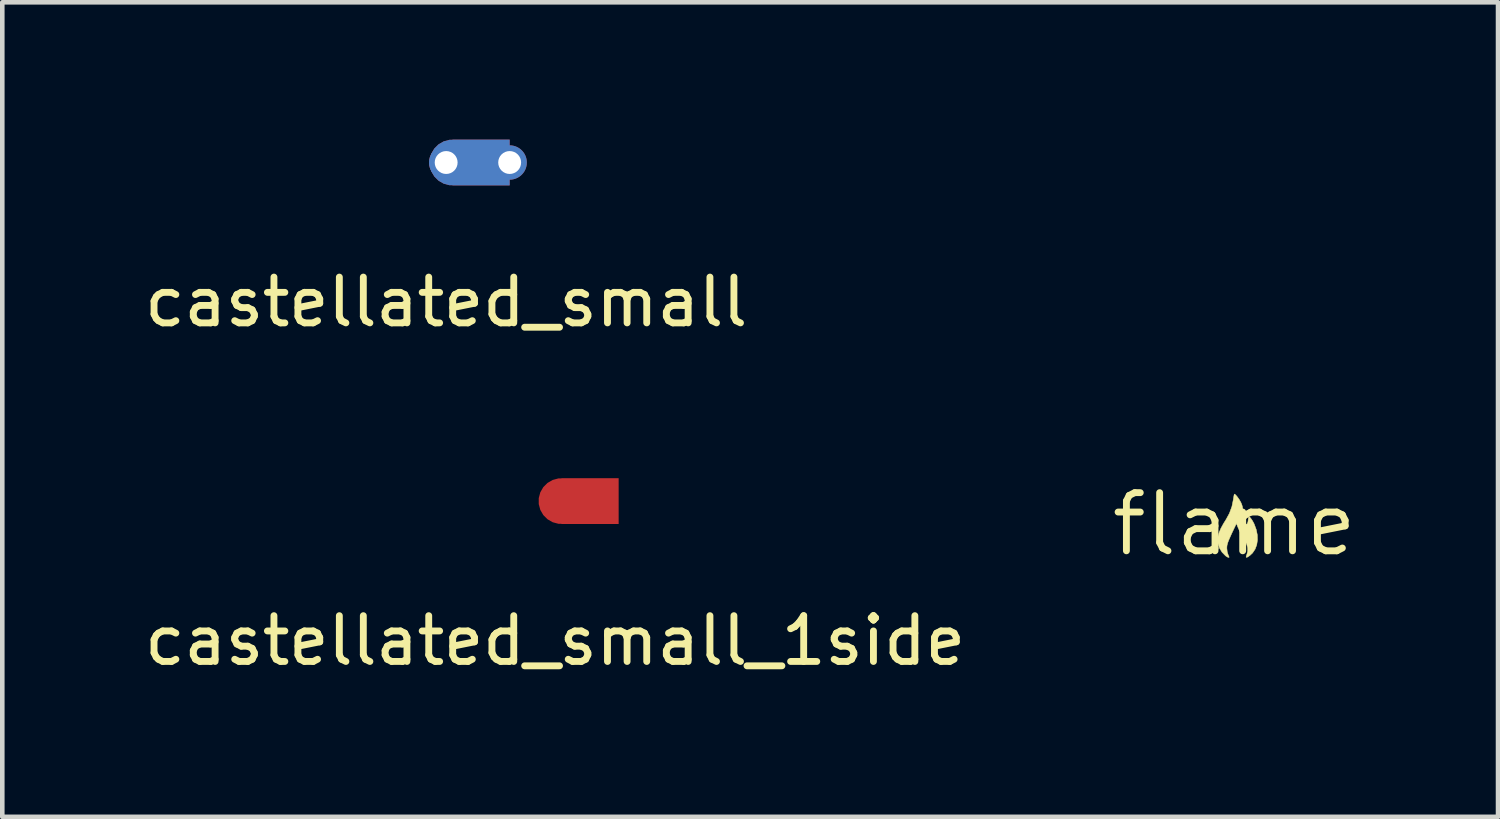
<source format=kicad_pcb>
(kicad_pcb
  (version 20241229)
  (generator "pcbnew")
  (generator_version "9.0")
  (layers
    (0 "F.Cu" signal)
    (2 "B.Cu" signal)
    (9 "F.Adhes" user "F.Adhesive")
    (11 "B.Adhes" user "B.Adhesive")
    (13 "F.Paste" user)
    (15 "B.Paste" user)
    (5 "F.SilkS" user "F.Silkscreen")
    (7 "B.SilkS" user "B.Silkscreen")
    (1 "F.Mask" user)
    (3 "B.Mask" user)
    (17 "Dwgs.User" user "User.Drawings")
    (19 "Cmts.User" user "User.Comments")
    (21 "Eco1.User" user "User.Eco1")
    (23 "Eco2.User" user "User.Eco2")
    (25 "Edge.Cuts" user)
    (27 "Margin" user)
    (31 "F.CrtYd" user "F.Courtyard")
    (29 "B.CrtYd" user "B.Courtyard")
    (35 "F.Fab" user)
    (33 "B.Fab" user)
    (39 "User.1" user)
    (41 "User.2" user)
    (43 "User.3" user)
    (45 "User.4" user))
  (footprint "flame"
    (layer "F.Cu")
    (at 23.914 8.402)
    (property "Reference" "flame" (at 0 0 0) (layer "F.SilkS") (effects (font (size 1.27 1.27) (thickness 0.15))))
    (attr through_hole)
    (fp_poly (pts (xy 0.018 -0.65) (xy 0.044 -0.623) (xy 0.074 -0.585) (xy 0.105 -0.541) (xy 0.131 -0.496) (xy 0.143 -0.474) (xy 0.162 -0.429) (xy 0.175 -0.384) (xy 0.184 -0.331) (xy 0.192 -0.262) (xy 0.193 -0.25) (xy 0.202 -0.159) (xy 0.212 -0.09) (xy 0.223 -0.043) (xy 0.236 -0.015) (xy 0.249 -0.004) (xy 0.271 -0.003) (xy 0.286 -0.021) (xy 0.297 -0.06) (xy 0.301 -0.093) (xy 0.307 -0.132) (xy 0.313 -0.158) (xy 0.318 -0.165) (xy 0.336 -0.155) (xy 0.36 -0.127) (xy 0.388 -0.087) (xy 0.415 -0.04) (xy 0.432 -0.006) (xy 0.477 0.115) (xy 0.501 0.233) (xy 0.504 0.345) (xy 0.488 0.45) (xy 0.452 0.545) (xy 0.397 0.627) (xy 0.337 0.683) (xy 0.294 0.713) (xy 0.267 0.724) (xy 0.256 0.717) (xy 0.261 0.69) (xy 0.273 0.656) (xy 0.291 0.589) (xy 0.29 0.516) (xy 0.269 0.436) (xy 0.228 0.346) (xy 0.183 0.269) (xy 0.148 0.21) (xy 0.114 0.147) (xy 0.087 0.089) (xy 0.08 0.072) (xy 0.045 -0.017) (xy -0.009 0.096) (xy -0.056 0.195) (xy -0.092 0.275) (xy -0.12 0.338) (xy -0.14 0.389) (xy -0.153 0.43) (xy -0.161 0.465) (xy -0.164 0.497) (xy -0.165 0.522) (xy -0.156 0.606) (xy -0.139 0.659) (xy -0.125 0.692) (xy -0.116 0.714) (xy -0.114 0.719) (xy -0.123 0.725) (xy -0.146 0.719) (xy -0.176 0.702) (xy -0.193 0.689) (xy -0.27 0.61) (xy -0.325 0.52) (xy -0.357 0.421) (xy -0.365 0.346) (xy -0.357 0.267) (xy -0.334 0.182) (xy -0.294 0.088) (xy -0.236 -0.018) (xy -0.185 -0.099) (xy -0.109 -0.238) (xy -0.054 -0.388) (xy -0.023 -0.541) (xy -0.015 -0.592) (xy -0.008 -0.633) (xy -0.002 -0.656) (xy 0.001 -0.66) (xy 0.018 -0.65)) (stroke (width 0.01) (type solid)) (fill yes) (layer "F.SilkS")))
  (footprint "castellated_small"
    (layer "F.Cu")
    (at 6.696 0.5)
    (property "Reference" "castellated_small" (at 0 3.048 0) (layer "F.SilkS") (effects (font (size 1 1) (thickness 0.15))))
    (attr through_hole)
    (pad "1" thru_hole circle (at 0 0) (size 0.75 0.75) (drill 0.5) (layers "*.Cu" "*.Mask"))
    (pad "1" smd custom (at 0.762 0) (size 1.25 1) (layers "F.Cu" "F.Mask" "F.Paste") (options (anchor rect)) (primitives (gr_circle (center -0.625 0) (end -0.125 0) (width 0) (fill yes))))
    (pad "1" smd custom (at 0.762 0) (size 1.25 1) (layers "F.Mask" "B.Cu" "F.Paste") (options (anchor rect)) (primitives (gr_circle (center -0.625 0) (end -0.125 0) (width 0) (fill yes))))
    (pad "1" thru_hole circle (at 1.387 0) (size 0.75 0.75) (drill 0.5) (layers "*.Cu" "*.Mask")))
  (footprint "castellated_small_1side"
    (layer "F.Cu")
    (at 9.077 7.896)
    (property "Reference" "castellated_small_1side" (at 0 3.048 0) (layer "F.SilkS") (effects (font (size 1 1) (thickness 0.15))))
    (attr through_hole)
    (pad "1" smd custom (at 0.762 0) (size 1.25 1) (layers "F.Cu" "F.Mask" "F.Paste") (options (anchor rect)) (primitives (gr_circle (center -0.625 0) (end -0.125 0) (width 0) (fill yes)))))
  (gr_rect
    (start -3 -3)
    (end 29.673 14.793)
    (stroke (width 0.1) (type default))
    (fill no)
    (layer "Edge.Cuts")))
</source>
